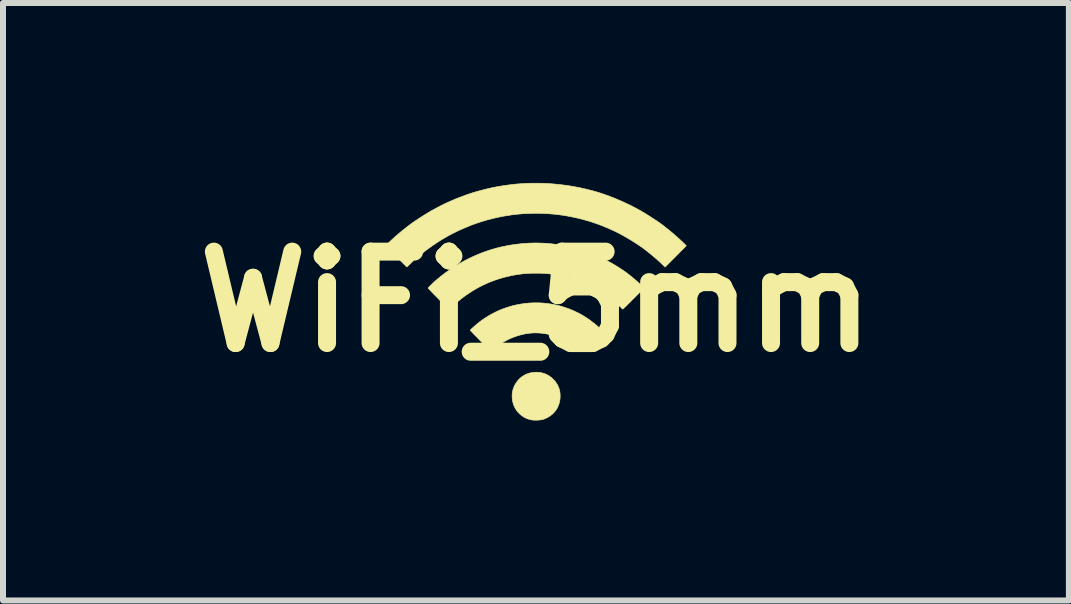
<source format=kicad_pcb>
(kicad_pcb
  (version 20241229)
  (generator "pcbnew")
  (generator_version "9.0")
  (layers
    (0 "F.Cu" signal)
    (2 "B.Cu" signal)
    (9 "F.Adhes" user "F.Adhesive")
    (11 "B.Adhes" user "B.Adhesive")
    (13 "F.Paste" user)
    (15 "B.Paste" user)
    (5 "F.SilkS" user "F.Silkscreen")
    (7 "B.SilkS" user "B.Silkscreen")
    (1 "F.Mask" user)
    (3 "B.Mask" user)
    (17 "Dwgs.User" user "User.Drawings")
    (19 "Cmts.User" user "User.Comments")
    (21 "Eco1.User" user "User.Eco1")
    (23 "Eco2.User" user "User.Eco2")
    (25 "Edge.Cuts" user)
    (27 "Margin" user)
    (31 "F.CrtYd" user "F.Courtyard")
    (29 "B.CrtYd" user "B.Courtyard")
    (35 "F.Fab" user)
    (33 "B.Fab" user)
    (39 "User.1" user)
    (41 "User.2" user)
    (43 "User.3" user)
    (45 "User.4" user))
  (footprint "WiFi_5mm"
    (layer "F.Cu")
    (at 5.886 1.98)
    (property "Reference" "WiFi_5mm" (at 0 0 0) (layer "F.SilkS") (effects (font (size 1.524 1.524) (thickness 0.3))))
    (attr through_hole)
    (fp_poly (pts (xy 0.02 1.177) (xy 0.04 1.178) (xy 0.048 1.178) (xy 0.07 1.181) (xy 0.091 1.185) (xy 0.112 1.19) (xy 0.132 1.196) (xy 0.152 1.203) (xy 0.172 1.211) (xy 0.191 1.221) (xy 0.209 1.231) (xy 0.227 1.243) (xy 0.242 1.254) (xy 0.25 1.259) (xy 0.257 1.265) (xy 0.264 1.271) (xy 0.271 1.278) (xy 0.278 1.285) (xy 0.284 1.291) (xy 0.3 1.307) (xy 0.315 1.323) (xy 0.328 1.34) (xy 0.34 1.358) (xy 0.352 1.375) (xy 0.362 1.393) (xy 0.371 1.412) (xy 0.378 1.431) (xy 0.385 1.45) (xy 0.389 1.462) (xy 0.394 1.482) (xy 0.398 1.501) (xy 0.401 1.522) (xy 0.402 1.542) (xy 0.403 1.563) (xy 0.403 1.584) (xy 0.402 1.606) (xy 0.4 1.627) (xy 0.397 1.649) (xy 0.395 1.657) (xy 0.391 1.678) (xy 0.385 1.699) (xy 0.378 1.719) (xy 0.37 1.739) (xy 0.362 1.758) (xy 0.352 1.777) (xy 0.341 1.795) (xy 0.329 1.813) (xy 0.316 1.829) (xy 0.313 1.833) (xy 0.306 1.841) (xy 0.299 1.849) (xy 0.291 1.857) (xy 0.284 1.865) (xy 0.28 1.868) (xy 0.277 1.871) (xy 0.274 1.874) (xy 0.271 1.876) (xy 0.269 1.878) (xy 0.267 1.88) (xy 0.265 1.882) (xy 0.263 1.883) (xy 0.26 1.886) (xy 0.257 1.888) (xy 0.256 1.889) (xy 0.24 1.901) (xy 0.222 1.913) (xy 0.204 1.924) (xy 0.185 1.935) (xy 0.165 1.944) (xy 0.144 1.953) (xy 0.129 1.958) (xy 0.12 1.962) (xy 0.109 1.964) (xy 0.097 1.967) (xy 0.084 1.969) (xy 0.07 1.971) (xy 0.055 1.973) (xy 0.039 1.974) (xy 0.024 1.975) (xy 0.019 1.975) (xy 0.013 1.975) (xy 0.006 1.975) (xy -0.001 1.975) (xy -0.008 1.975) (xy -0.016 1.975) (xy -0.022 1.975) (xy -0.028 1.975) (xy -0.033 1.975) (xy -0.035 1.975) (xy -0.048 1.974) (xy -0.061 1.972) (xy -0.073 1.971) (xy -0.085 1.968) (xy -0.087 1.968) (xy -0.106 1.963) (xy -0.124 1.958) (xy -0.142 1.952) (xy -0.158 1.945) (xy -0.174 1.938) (xy -0.19 1.93) (xy -0.205 1.921) (xy -0.22 1.911) (xy -0.235 1.9) (xy -0.25 1.889) (xy -0.262 1.879) (xy -0.274 1.869) (xy -0.284 1.858) (xy -0.294 1.848) (xy -0.304 1.837) (xy -0.313 1.825) (xy -0.318 1.819) (xy -0.331 1.801) (xy -0.342 1.784) (xy -0.352 1.765) (xy -0.361 1.746) (xy -0.37 1.726) (xy -0.377 1.706) (xy -0.383 1.686) (xy -0.388 1.665) (xy -0.392 1.644) (xy -0.395 1.623) (xy -0.397 1.601) (xy -0.398 1.58) (xy -0.397 1.558) (xy -0.396 1.536) (xy -0.396 1.534) (xy -0.393 1.512) (xy -0.389 1.491) (xy -0.384 1.47) (xy -0.378 1.449) (xy -0.37 1.429) (xy -0.362 1.409) (xy -0.353 1.39) (xy -0.342 1.372) (xy -0.331 1.354) (xy -0.33 1.352) (xy -0.317 1.334) (xy -0.303 1.316) (xy -0.289 1.3) (xy -0.273 1.284) (xy -0.258 1.27) (xy -0.241 1.256) (xy -0.224 1.244) (xy -0.207 1.233) (xy -0.188 1.222) (xy -0.17 1.213) (xy -0.15 1.205) (xy -0.13 1.197) (xy -0.109 1.191) (xy -0.101 1.189) (xy -0.082 1.185) (xy -0.062 1.181) (xy -0.041 1.179) (xy -0.021 1.177) (xy -0.000018 1.176) (xy 0.02 1.177)) (stroke (width 0.01) (type solid)) (fill yes) (layer "F.SilkS"))
    (fp_poly (pts (xy 0.032 0.019) (xy 0.065 0.02) (xy 0.097 0.022) (xy 0.13 0.024) (xy 0.145 0.026) (xy 0.186 0.03) (xy 0.228 0.036) (xy 0.269 0.042) (xy 0.31 0.05) (xy 0.351 0.059) (xy 0.392 0.069) (xy 0.432 0.08) (xy 0.472 0.093) (xy 0.512 0.106) (xy 0.551 0.12) (xy 0.59 0.135) (xy 0.628 0.152) (xy 0.665 0.169) (xy 0.702 0.187) (xy 0.739 0.206) (xy 0.774 0.226) (xy 0.802 0.243) (xy 0.83 0.261) (xy 0.858 0.279) (xy 0.886 0.298) (xy 0.914 0.319) (xy 0.941 0.34) (xy 0.969 0.361) (xy 0.997 0.384) (xy 1.025 0.408) (xy 1.035 0.416) (xy 1.041 0.422) (xy 1.047 0.427) (xy 1.052 0.432) (xy 1.057 0.436) (xy 1.061 0.44) (xy 1.065 0.444) (xy 1.07 0.448) (xy 1.074 0.452) (xy 1.076 0.455) (xy 1.081 0.459) (xy 1.084 0.463) (xy 1.087 0.466) (xy 1.089 0.468) (xy 1.091 0.47) (xy 1.091 0.472) (xy 1.092 0.473) (xy 1.092 0.473) (xy 1.091 0.475) (xy 1.089 0.478) (xy 1.086 0.482) (xy 1.083 0.487) (xy 1.078 0.492) (xy 1.073 0.498) (xy 1.067 0.506) (xy 1.059 0.513) (xy 1.051 0.522) (xy 1.043 0.532) (xy 1.033 0.542) (xy 1.022 0.553) (xy 1.011 0.565) (xy 0.999 0.578) (xy 0.985 0.591) (xy 0.971 0.606) (xy 0.956 0.621) (xy 0.941 0.637) (xy 0.936 0.642) (xy 0.928 0.65) (xy 0.92 0.658) (xy 0.911 0.667) (xy 0.903 0.675) (xy 0.894 0.684) (xy 0.885 0.693) (xy 0.876 0.702) (xy 0.867 0.711) (xy 0.858 0.72) (xy 0.85 0.729) (xy 0.841 0.738) (xy 0.832 0.746) (xy 0.824 0.755) (xy 0.816 0.763) (xy 0.808 0.771) (xy 0.8 0.779) (xy 0.793 0.786) (xy 0.786 0.793) (xy 0.779 0.8) (xy 0.773 0.806) (xy 0.768 0.811) (xy 0.763 0.816) (xy 0.758 0.821) (xy 0.754 0.824) (xy 0.751 0.828) (xy 0.749 0.83) (xy 0.747 0.832) (xy 0.746 0.833) (xy 0.746 0.833) (xy 0.746 0.832) (xy 0.744 0.831) (xy 0.742 0.83) (xy 0.74 0.827) (xy 0.736 0.824) (xy 0.733 0.821) (xy 0.729 0.818) (xy 0.725 0.815) (xy 0.716 0.806) (xy 0.707 0.799) (xy 0.699 0.792) (xy 0.692 0.785) (xy 0.686 0.779) (xy 0.68 0.774) (xy 0.674 0.769) (xy 0.669 0.765) (xy 0.664 0.761) (xy 0.66 0.757) (xy 0.655 0.754) (xy 0.651 0.75) (xy 0.647 0.747) (xy 0.643 0.744) (xy 0.639 0.741) (xy 0.636 0.739) (xy 0.632 0.736) (xy 0.627 0.732) (xy 0.623 0.729) (xy 0.618 0.725) (xy 0.613 0.721) (xy 0.611 0.72) (xy 0.602 0.713) (xy 0.594 0.707) (xy 0.587 0.702) (xy 0.58 0.697) (xy 0.573 0.692) (xy 0.566 0.687) (xy 0.559 0.683) (xy 0.552 0.678) (xy 0.548 0.675) (xy 0.522 0.66) (xy 0.496 0.646) (xy 0.469 0.632) (xy 0.441 0.619) (xy 0.412 0.606) (xy 0.383 0.595) (xy 0.353 0.584) (xy 0.322 0.574) (xy 0.291 0.564) (xy 0.26 0.556) (xy 0.228 0.548) (xy 0.196 0.541) (xy 0.164 0.535) (xy 0.131 0.53) (xy 0.114 0.528) (xy 0.098 0.526) (xy 0.083 0.524) (xy 0.069 0.523) (xy 0.055 0.522) (xy 0.04 0.521) (xy 0.025 0.521) (xy 0.01 0.52) (xy 0.005 0.52) (xy -0.02 0.52) (xy -0.044 0.521) (xy -0.068 0.522) (xy -0.092 0.524) (xy -0.116 0.526) (xy -0.14 0.53) (xy -0.159 0.532) (xy -0.185 0.537) (xy -0.212 0.543) (xy -0.238 0.549) (xy -0.265 0.556) (xy -0.291 0.563) (xy -0.318 0.572) (xy -0.345 0.581) (xy -0.372 0.591) (xy -0.4 0.602) (xy -0.429 0.614) (xy -0.437 0.618) (xy -0.443 0.621) (xy -0.449 0.623) (xy -0.454 0.626) (xy -0.46 0.628) (xy -0.465 0.631) (xy -0.471 0.634) (xy -0.477 0.637) (xy -0.484 0.641) (xy -0.492 0.645) (xy -0.5 0.65) (xy -0.502 0.651) (xy -0.51 0.655) (xy -0.518 0.659) (xy -0.524 0.663) (xy -0.531 0.667) (xy -0.537 0.67) (xy -0.543 0.674) (xy -0.548 0.677) (xy -0.554 0.681) (xy -0.561 0.685) (xy -0.568 0.689) (xy -0.575 0.694) (xy -0.583 0.699) (xy -0.59 0.704) (xy -0.596 0.708) (xy -0.6 0.711) (xy -0.605 0.714) (xy -0.609 0.717) (xy -0.613 0.719) (xy -0.616 0.722) (xy -0.619 0.724) (xy -0.622 0.726) (xy -0.626 0.729) (xy -0.629 0.732) (xy -0.633 0.734) (xy -0.636 0.737) (xy -0.64 0.741) (xy -0.645 0.745) (xy -0.65 0.749) (xy -0.655 0.754) (xy -0.662 0.759) (xy -0.669 0.765) (xy -0.676 0.772) (xy -0.677 0.773) (xy -0.687 0.781) (xy -0.696 0.789) (xy -0.704 0.796) (xy -0.712 0.802) (xy -0.718 0.808) (xy -0.724 0.813) (xy -0.729 0.817) (xy -0.733 0.82) (xy -0.737 0.823) (xy -0.74 0.826) (xy -0.743 0.828) (xy -0.744 0.829) (xy -0.746 0.83) (xy -0.746 0.83) (xy -0.747 0.83) (xy -0.747 0.83) (xy -0.748 0.829) (xy -0.75 0.827) (xy -0.753 0.824) (xy -0.757 0.821) (xy -0.76 0.817) (xy -0.765 0.813) (xy -0.77 0.808) (xy -0.775 0.803) (xy -0.78 0.798) (xy -0.786 0.792) (xy -0.788 0.79) (xy -0.795 0.783) (xy -0.802 0.777) (xy -0.808 0.77) (xy -0.815 0.763) (xy -0.822 0.757) (xy -0.828 0.75) (xy -0.834 0.744) (xy -0.84 0.739) (xy -0.845 0.734) (xy -0.849 0.73) (xy -0.852 0.727) (xy -0.855 0.724) (xy -0.859 0.72) (xy -0.864 0.715) (xy -0.869 0.71) (xy -0.875 0.704) (xy -0.881 0.698) (xy -0.888 0.691) (xy -0.895 0.684) (xy -0.902 0.677) (xy -0.909 0.669) (xy -0.917 0.662) (xy -0.924 0.654) (xy -0.931 0.648) (xy -0.947 0.631) (xy -0.963 0.615) (xy -0.977 0.6) (xy -0.991 0.586) (xy -1.004 0.573) (xy -1.016 0.561) (xy -1.028 0.549) (xy -1.038 0.538) (xy -1.048 0.528) (xy -1.056 0.519) (xy -1.064 0.511) (xy -1.071 0.503) (xy -1.078 0.496) (xy -1.083 0.49) (xy -1.087 0.485) (xy -1.091 0.481) (xy -1.093 0.479) (xy -1.094 0.478) (xy -1.095 0.476) (xy -1.095 0.475) (xy -1.095 0.474) (xy -1.094 0.473) (xy -1.092 0.471) (xy -1.09 0.468) (xy -1.089 0.468) (xy -1.085 0.463) (xy -1.079 0.457) (xy -1.072 0.451) (xy -1.065 0.444) (xy -1.057 0.437) (xy -1.049 0.43) (xy -1.04 0.422) (xy -1.031 0.414) (xy -1.022 0.406) (xy -1.012 0.397) (xy -1.003 0.389) (xy -0.993 0.381) (xy -0.983 0.373) (xy -0.974 0.365) (xy -0.964 0.357) (xy -0.955 0.35) (xy -0.955 0.349) (xy -0.95 0.345) (xy -0.944 0.341) (xy -0.938 0.336) (xy -0.931 0.331) (xy -0.924 0.326) (xy -0.917 0.32) (xy -0.91 0.315) (xy -0.904 0.311) (xy -0.898 0.306) (xy -0.897 0.305) (xy -0.861 0.281) (xy -0.825 0.258) (xy -0.789 0.235) (xy -0.752 0.214) (xy -0.714 0.194) (xy -0.676 0.174) (xy -0.638 0.156) (xy -0.599 0.139) (xy -0.559 0.123) (xy -0.519 0.108) (xy -0.479 0.095) (xy -0.438 0.082) (xy -0.397 0.07) (xy -0.355 0.06) (xy -0.314 0.051) (xy -0.271 0.043) (xy -0.229 0.036) (xy -0.186 0.03) (xy -0.161 0.027) (xy -0.145 0.026) (xy -0.131 0.024) (xy -0.116 0.023) (xy -0.102 0.022) (xy -0.088 0.021) (xy -0.073 0.021) (xy -0.057 0.02) (xy -0.041 0.019) (xy -0.031 0.019) (xy 0.000313 0.019) (xy 0.032 0.019)) (stroke (width 0.01) (type solid)) (fill yes) (layer "F.SilkS"))
    (fp_poly (pts (xy 0.04 -0.978) (xy 0.084 -0.977) (xy 0.129 -0.975) (xy 0.168 -0.973) (xy 0.218 -0.969) (xy 0.268 -0.964) (xy 0.318 -0.958) (xy 0.368 -0.951) (xy 0.419 -0.943) (xy 0.469 -0.935) (xy 0.52 -0.925) (xy 0.57 -0.914) (xy 0.619 -0.902) (xy 0.669 -0.89) (xy 0.718 -0.876) (xy 0.766 -0.862) (xy 0.783 -0.857) (xy 0.816 -0.846) (xy 0.849 -0.834) (xy 0.883 -0.822) (xy 0.918 -0.808) (xy 0.953 -0.794) (xy 0.988 -0.779) (xy 1.024 -0.763) (xy 1.059 -0.747) (xy 1.095 -0.73) (xy 1.13 -0.712) (xy 1.166 -0.694) (xy 1.201 -0.675) (xy 1.236 -0.656) (xy 1.271 -0.636) (xy 1.305 -0.616) (xy 1.339 -0.596) (xy 1.372 -0.575) (xy 1.405 -0.554) (xy 1.437 -0.533) (xy 1.468 -0.512) (xy 1.498 -0.491) (xy 1.527 -0.469) (xy 1.54 -0.459) (xy 1.553 -0.449) (xy 1.566 -0.438) (xy 1.58 -0.428) (xy 1.593 -0.416) (xy 1.607 -0.405) (xy 1.621 -0.393) (xy 1.635 -0.382) (xy 1.649 -0.37) (xy 1.663 -0.358) (xy 1.677 -0.346) (xy 1.69 -0.335) (xy 1.703 -0.323) (xy 1.715 -0.312) (xy 1.727 -0.301) (xy 1.738 -0.291) (xy 1.749 -0.281) (xy 1.759 -0.271) (xy 1.768 -0.262) (xy 1.775 -0.255) (xy 1.781 -0.249) (xy 1.786 -0.244) (xy 1.79 -0.239) (xy 1.793 -0.235) (xy 1.795 -0.232) (xy 1.797 -0.23) (xy 1.797 -0.228) (xy 1.797 -0.227) (xy 1.797 -0.226) (xy 1.795 -0.224) (xy 1.793 -0.221) (xy 1.79 -0.218) (xy 1.787 -0.214) (xy 1.783 -0.21) (xy 1.778 -0.205) (xy 1.775 -0.202) (xy 1.769 -0.195) (xy 1.761 -0.188) (xy 1.754 -0.18) (xy 1.745 -0.171) (xy 1.736 -0.162) (xy 1.726 -0.152) (xy 1.716 -0.141) (xy 1.706 -0.13) (xy 1.695 -0.119) (xy 1.683 -0.108) (xy 1.672 -0.096) (xy 1.66 -0.084) (xy 1.648 -0.072) (xy 1.636 -0.06) (xy 1.624 -0.048) (xy 1.611 -0.036) (xy 1.599 -0.024) (xy 1.587 -0.012) (xy 1.575 0.00021) (xy 1.564 0.012) (xy 1.552 0.023) (xy 1.541 0.034) (xy 1.531 0.044) (xy 1.521 0.054) (xy 1.511 0.064) (xy 1.502 0.073) (xy 1.493 0.081) (xy 1.486 0.089) (xy 1.478 0.096) (xy 1.472 0.102) (xy 1.471 0.103) (xy 1.467 0.107) (xy 1.463 0.11) (xy 1.459 0.114) (xy 1.456 0.117) (xy 1.453 0.119) (xy 1.451 0.121) (xy 1.449 0.123) (xy 1.448 0.123) (xy 1.448 0.123) (xy 1.447 0.123) (xy 1.446 0.123) (xy 1.445 0.122) (xy 1.443 0.121) (xy 1.441 0.119) (xy 1.439 0.117) (xy 1.436 0.115) (xy 1.433 0.112) (xy 1.428 0.108) (xy 1.426 0.106) (xy 1.42 0.1) (xy 1.414 0.093) (xy 1.406 0.086) (xy 1.398 0.079) (xy 1.389 0.071) (xy 1.38 0.063) (xy 1.371 0.054) (xy 1.361 0.046) (xy 1.352 0.037) (xy 1.342 0.029) (xy 1.332 0.021) (xy 1.323 0.013) (xy 1.314 0.005) (xy 1.306 -0.002) (xy 1.3 -0.007) (xy 1.262 -0.038) (xy 1.222 -0.068) (xy 1.182 -0.098) (xy 1.142 -0.126) (xy 1.101 -0.153) (xy 1.059 -0.179) (xy 1.017 -0.204) (xy 0.975 -0.228) (xy 0.932 -0.251) (xy 0.888 -0.273) (xy 0.844 -0.294) (xy 0.799 -0.313) (xy 0.753 -0.332) (xy 0.707 -0.35) (xy 0.66 -0.366) (xy 0.613 -0.382) (xy 0.565 -0.397) (xy 0.554 -0.4) (xy 0.524 -0.408) (xy 0.495 -0.416) (xy 0.466 -0.423) (xy 0.438 -0.43) (xy 0.41 -0.436) (xy 0.382 -0.441) (xy 0.354 -0.446) (xy 0.327 -0.451) (xy 0.299 -0.455) (xy 0.27 -0.459) (xy 0.266 -0.459) (xy 0.249 -0.461) (xy 0.232 -0.463) (xy 0.215 -0.465) (xy 0.198 -0.467) (xy 0.181 -0.468) (xy 0.164 -0.47) (xy 0.146 -0.471) (xy 0.128 -0.472) (xy 0.109 -0.473) (xy 0.089 -0.474) (xy 0.075 -0.475) (xy 0.07 -0.475) (xy 0.065 -0.475) (xy 0.059 -0.475) (xy 0.052 -0.475) (xy 0.044 -0.475) (xy 0.035 -0.475) (xy 0.026 -0.475) (xy 0.017 -0.475) (xy 0.007 -0.475) (xy -0.002 -0.475) (xy -0.012 -0.475) (xy -0.022 -0.475) (xy -0.031 -0.475) (xy -0.04 -0.475) (xy -0.049 -0.475) (xy -0.057 -0.475) (xy -0.064 -0.475) (xy -0.071 -0.475) (xy -0.076 -0.475) (xy -0.081 -0.475) (xy -0.081 -0.475) (xy -0.109 -0.473) (xy -0.136 -0.472) (xy -0.161 -0.47) (xy -0.187 -0.468) (xy -0.211 -0.466) (xy -0.235 -0.463) (xy -0.259 -0.46) (xy -0.283 -0.457) (xy -0.307 -0.454) (xy -0.331 -0.45) (xy -0.356 -0.445) (xy -0.381 -0.441) (xy -0.402 -0.437) (xy -0.45 -0.426) (xy -0.498 -0.415) (xy -0.545 -0.403) (xy -0.591 -0.389) (xy -0.637 -0.375) (xy -0.683 -0.36) (xy -0.728 -0.343) (xy -0.772 -0.326) (xy -0.816 -0.307) (xy -0.859 -0.287) (xy -0.902 -0.267) (xy -0.945 -0.245) (xy -0.987 -0.222) (xy -1.028 -0.198) (xy -1.069 -0.173) (xy -1.11 -0.146) (xy -1.151 -0.119) (xy -1.191 -0.091) (xy -1.231 -0.061) (xy -1.27 -0.03) (xy -1.309 0.002) (xy -1.31 0.002) (xy -1.319 0.01) (xy -1.328 0.017) (xy -1.337 0.025) (xy -1.346 0.033) (xy -1.356 0.041) (xy -1.365 0.049) (xy -1.374 0.058) (xy -1.383 0.066) (xy -1.392 0.073) (xy -1.4 0.081) (xy -1.407 0.088) (xy -1.414 0.094) (xy -1.42 0.1) (xy -1.426 0.105) (xy -1.431 0.11) (xy -1.435 0.114) (xy -1.439 0.117) (xy -1.442 0.119) (xy -1.444 0.121) (xy -1.447 0.122) (xy -1.449 0.123) (xy -1.45 0.122) (xy -1.451 0.122) (xy -1.453 0.121) (xy -1.456 0.118) (xy -1.459 0.116) (xy -1.463 0.112) (xy -1.467 0.108) (xy -1.473 0.103) (xy -1.479 0.097) (xy -1.485 0.091) (xy -1.492 0.084) (xy -1.5 0.077) (xy -1.508 0.069) (xy -1.516 0.061) (xy -1.525 0.052) (xy -1.535 0.043) (xy -1.544 0.033) (xy -1.554 0.024) (xy -1.564 0.013) (xy -1.575 0.003) (xy -1.585 -0.007) (xy -1.596 -0.018) (xy -1.607 -0.029) (xy -1.618 -0.04) (xy -1.629 -0.051) (xy -1.64 -0.062) (xy -1.651 -0.073) (xy -1.662 -0.084) (xy -1.672 -0.095) (xy -1.683 -0.105) (xy -1.693 -0.116) (xy -1.704 -0.126) (xy -1.714 -0.137) (xy -1.723 -0.147) (xy -1.733 -0.156) (xy -1.741 -0.165) (xy -1.749 -0.173) (xy -1.756 -0.181) (xy -1.763 -0.188) (xy -1.77 -0.195) (xy -1.775 -0.201) (xy -1.78 -0.206) (xy -1.785 -0.211) (xy -1.789 -0.216) (xy -1.792 -0.219) (xy -1.795 -0.222) (xy -1.796 -0.224) (xy -1.797 -0.226) (xy -1.797 -0.226) (xy -1.798 -0.227) (xy -1.797 -0.228) (xy -1.796 -0.23) (xy -1.796 -0.23) (xy -1.794 -0.233) (xy -1.791 -0.236) (xy -1.788 -0.24) (xy -1.783 -0.245) (xy -1.778 -0.251) (xy -1.772 -0.257) (xy -1.766 -0.263) (xy -1.759 -0.27) (xy -1.752 -0.277) (xy -1.744 -0.285) (xy -1.736 -0.292) (xy -1.727 -0.3) (xy -1.719 -0.309) (xy -1.71 -0.317) (xy -1.701 -0.325) (xy -1.692 -0.333) (xy -1.685 -0.34) (xy -1.674 -0.35) (xy -1.661 -0.361) (xy -1.648 -0.372) (xy -1.635 -0.383) (xy -1.62 -0.395) (xy -1.606 -0.407) (xy -1.591 -0.419) (xy -1.576 -0.431) (xy -1.56 -0.443) (xy -1.545 -0.454) (xy -1.531 -0.466) (xy -1.487 -0.498) (xy -1.442 -0.529) (xy -1.398 -0.559) (xy -1.353 -0.588) (xy -1.307 -0.616) (xy -1.261 -0.643) (xy -1.215 -0.669) (xy -1.167 -0.695) (xy -1.119 -0.719) (xy -1.071 -0.742) (xy -1.021 -0.765) (xy -0.996 -0.776) (xy -0.947 -0.796) (xy -0.898 -0.816) (xy -0.848 -0.834) (xy -0.798 -0.851) (xy -0.748 -0.867) (xy -0.698 -0.882) (xy -0.647 -0.896) (xy -0.596 -0.909) (xy -0.544 -0.92) (xy -0.492 -0.931) (xy -0.439 -0.941) (xy -0.386 -0.949) (xy -0.332 -0.957) (xy -0.314 -0.959) (xy -0.268 -0.964) (xy -0.223 -0.969) (xy -0.179 -0.972) (xy -0.135 -0.975) (xy -0.091 -0.977) (xy -0.047 -0.978) (xy -0.004 -0.979) (xy 0.04 -0.978)) (stroke (width 0.01) (type solid)) (fill yes) (layer "F.SilkS"))
    (fp_poly (pts (xy 0.061 -1.975) (xy 0.126 -1.973) (xy 0.15 -1.972) (xy 0.209 -1.969) (xy 0.268 -1.965) (xy 0.327 -1.96) (xy 0.385 -1.954) (xy 0.444 -1.947) (xy 0.502 -1.94) (xy 0.56 -1.931) (xy 0.618 -1.921) (xy 0.675 -1.911) (xy 0.733 -1.9) (xy 0.789 -1.887) (xy 0.846 -1.874) (xy 0.901 -1.86) (xy 0.956 -1.846) (xy 1.011 -1.83) (xy 1.065 -1.814) (xy 1.118 -1.796) (xy 1.17 -1.778) (xy 1.221 -1.76) (xy 1.266 -1.742) (xy 1.29 -1.733) (xy 1.315 -1.723) (xy 1.34 -1.712) (xy 1.364 -1.702) (xy 1.389 -1.691) (xy 1.414 -1.681) (xy 1.438 -1.67) (xy 1.461 -1.66) (xy 1.483 -1.65) (xy 1.494 -1.644) (xy 1.52 -1.632) (xy 1.546 -1.62) (xy 1.573 -1.607) (xy 1.6 -1.593) (xy 1.626 -1.58) (xy 1.652 -1.566) (xy 1.679 -1.552) (xy 1.704 -1.538) (xy 1.73 -1.524) (xy 1.754 -1.51) (xy 1.778 -1.496) (xy 1.801 -1.483) (xy 1.822 -1.47) (xy 1.837 -1.46) (xy 1.854 -1.45) (xy 1.871 -1.439) (xy 1.888 -1.428) (xy 1.906 -1.417) (xy 1.924 -1.405) (xy 1.942 -1.393) (xy 1.961 -1.381) (xy 1.978 -1.37) (xy 1.996 -1.358) (xy 2.013 -1.347) (xy 2.03 -1.335) (xy 2.046 -1.325) (xy 2.061 -1.314) (xy 2.069 -1.308) (xy 2.08 -1.301) (xy 2.09 -1.293) (xy 2.1 -1.286) (xy 2.109 -1.28) (xy 2.117 -1.273) (xy 2.122 -1.269) (xy 2.127 -1.265) (xy 2.132 -1.261) (xy 2.138 -1.256) (xy 2.144 -1.251) (xy 2.151 -1.246) (xy 2.159 -1.24) (xy 2.167 -1.233) (xy 2.177 -1.226) (xy 2.177 -1.226) (xy 2.182 -1.222) (xy 2.188 -1.217) (xy 2.193 -1.213) (xy 2.199 -1.209) (xy 2.204 -1.205) (xy 2.208 -1.201) (xy 2.212 -1.198) (xy 2.215 -1.196) (xy 2.229 -1.184) (xy 2.244 -1.172) (xy 2.259 -1.159) (xy 2.275 -1.146) (xy 2.291 -1.132) (xy 2.306 -1.119) (xy 2.322 -1.105) (xy 2.338 -1.091) (xy 2.353 -1.078) (xy 2.369 -1.064) (xy 2.383 -1.051) (xy 2.398 -1.038) (xy 2.411 -1.025) (xy 2.424 -1.013) (xy 2.436 -1.002) (xy 2.44 -0.998) (xy 2.447 -0.992) (xy 2.453 -0.986) (xy 2.459 -0.98) (xy 2.465 -0.974) (xy 2.471 -0.968) (xy 2.477 -0.963) (xy 2.482 -0.958) (xy 2.487 -0.953) (xy 2.492 -0.948) (xy 2.496 -0.944) (xy 2.499 -0.941) (xy 2.502 -0.938) (xy 2.504 -0.936) (xy 2.505 -0.935) (xy 2.506 -0.934) (xy 2.506 -0.934) (xy 2.506 -0.933) (xy 2.504 -0.932) (xy 2.502 -0.93) (xy 2.5 -0.927) (xy 2.496 -0.923) (xy 2.492 -0.919) (xy 2.488 -0.915) (xy 2.483 -0.909) (xy 2.477 -0.904) (xy 2.471 -0.897) (xy 2.465 -0.891) (xy 2.458 -0.884) (xy 2.451 -0.877) (xy 2.443 -0.869) (xy 2.436 -0.862) (xy 2.435 -0.861) (xy 2.429 -0.855) (xy 2.422 -0.848) (xy 2.414 -0.84) (xy 2.406 -0.832) (xy 2.398 -0.824) (xy 2.39 -0.815) (xy 2.381 -0.806) (xy 2.371 -0.797) (xy 2.362 -0.788) (xy 2.352 -0.778) (xy 2.343 -0.768) (xy 2.333 -0.758) (xy 2.323 -0.748) (xy 2.313 -0.738) (xy 2.303 -0.728) (xy 2.293 -0.718) (xy 2.283 -0.708) (xy 2.273 -0.698) (xy 2.264 -0.689) (xy 2.254 -0.679) (xy 2.245 -0.67) (xy 2.236 -0.661) (xy 2.227 -0.652) (xy 2.218 -0.643) (xy 2.21 -0.635) (xy 2.203 -0.627) (xy 2.195 -0.62) (xy 2.188 -0.613) (xy 2.182 -0.607) (xy 2.176 -0.601) (xy 2.171 -0.596) (xy 2.166 -0.591) (xy 2.162 -0.587) (xy 2.159 -0.584) (xy 2.156 -0.581) (xy 2.155 -0.579) (xy 2.153 -0.578) (xy 2.153 -0.578) (xy 2.153 -0.578) (xy 2.151 -0.579) (xy 2.15 -0.581) (xy 2.147 -0.584) (xy 2.144 -0.587) (xy 2.14 -0.59) (xy 2.137 -0.594) (xy 2.132 -0.598) (xy 2.132 -0.598) (xy 2.113 -0.616) (xy 2.095 -0.633) (xy 2.077 -0.65) (xy 2.06 -0.666) (xy 2.043 -0.681) (xy 2.027 -0.696) (xy 2.011 -0.71) (xy 1.996 -0.724) (xy 1.981 -0.737) (xy 1.965 -0.75) (xy 1.95 -0.763) (xy 1.935 -0.775) (xy 1.92 -0.788) (xy 1.919 -0.788) (xy 1.904 -0.8) (xy 1.89 -0.812) (xy 1.876 -0.822) (xy 1.864 -0.832) (xy 1.852 -0.842) (xy 1.842 -0.85) (xy 1.832 -0.858) (xy 1.822 -0.865) (xy 1.814 -0.872) (xy 1.806 -0.878) (xy 1.799 -0.883) (xy 1.793 -0.888) (xy 1.788 -0.891) (xy 1.762 -0.91) (xy 1.734 -0.929) (xy 1.706 -0.948) (xy 1.677 -0.967) (xy 1.648 -0.986) (xy 1.618 -1.005) (xy 1.588 -1.024) (xy 1.557 -1.042) (xy 1.527 -1.06) (xy 1.497 -1.078) (xy 1.466 -1.095) (xy 1.436 -1.112) (xy 1.407 -1.128) (xy 1.378 -1.143) (xy 1.349 -1.158) (xy 1.322 -1.171) (xy 1.268 -1.196) (xy 1.213 -1.221) (xy 1.158 -1.244) (xy 1.102 -1.267) (xy 1.046 -1.288) (xy 0.989 -1.308) (xy 0.933 -1.327) (xy 0.875 -1.345) (xy 0.817 -1.362) (xy 0.759 -1.378) (xy 0.701 -1.392) (xy 0.643 -1.405) (xy 0.584 -1.417) (xy 0.525 -1.428) (xy 0.523 -1.429) (xy 0.486 -1.435) (xy 0.449 -1.441) (xy 0.413 -1.446) (xy 0.377 -1.451) (xy 0.34 -1.455) (xy 0.304 -1.459) (xy 0.267 -1.462) (xy 0.23 -1.465) (xy 0.192 -1.468) (xy 0.154 -1.47) (xy 0.114 -1.472) (xy 0.092 -1.473) (xy 0.086 -1.473) (xy 0.08 -1.473) (xy 0.073 -1.473) (xy 0.065 -1.473) (xy 0.056 -1.473) (xy 0.046 -1.473) (xy 0.036 -1.474) (xy 0.026 -1.474) (xy 0.016 -1.474) (xy 0.006 -1.474) (xy -0.005 -1.474) (xy -0.015 -1.474) (xy -0.025 -1.474) (xy -0.034 -1.474) (xy -0.043 -1.474) (xy -0.051 -1.474) (xy -0.058 -1.473) (xy -0.065 -1.473) (xy -0.065 -1.473) (xy -0.124 -1.471) (xy -0.181 -1.469) (xy -0.239 -1.465) (xy -0.296 -1.46) (xy -0.352 -1.454) (xy -0.409 -1.447) (xy -0.465 -1.438) (xy -0.521 -1.429) (xy -0.577 -1.419) (xy -0.633 -1.407) (xy -0.645 -1.405) (xy -0.669 -1.399) (xy -0.693 -1.394) (xy -0.717 -1.388) (xy -0.74 -1.382) (xy -0.763 -1.376) (xy -0.787 -1.37) (xy -0.811 -1.364) (xy -0.835 -1.357) (xy -0.86 -1.349) (xy -0.885 -1.342) (xy -0.911 -1.334) (xy -0.938 -1.325) (xy -0.965 -1.316) (xy -0.971 -1.314) (xy -0.989 -1.309) (xy -1.005 -1.303) (xy -1.019 -1.298) (xy -1.033 -1.293) (xy -1.046 -1.289) (xy -1.058 -1.285) (xy -1.069 -1.28) (xy -1.079 -1.277) (xy -1.088 -1.273) (xy -1.096 -1.269) (xy -1.101 -1.267) (xy -1.107 -1.265) (xy -1.114 -1.262) (xy -1.121 -1.258) (xy -1.13 -1.255) (xy -1.139 -1.251) (xy -1.149 -1.247) (xy -1.16 -1.242) (xy -1.165 -1.24) (xy -1.177 -1.236) (xy -1.187 -1.231) (xy -1.197 -1.227) (xy -1.206 -1.223) (xy -1.215 -1.219) (xy -1.224 -1.215) (xy -1.232 -1.212) (xy -1.284 -1.189) (xy -1.335 -1.164) (xy -1.386 -1.139) (xy -1.436 -1.113) (xy -1.486 -1.085) (xy -1.536 -1.056) (xy -1.585 -1.027) (xy -1.634 -0.996) (xy -1.682 -0.964) (xy -1.731 -0.931) (xy -1.778 -0.897) (xy -1.826 -0.862) (xy -1.859 -0.836) (xy -1.874 -0.824) (xy -1.889 -0.812) (xy -1.905 -0.8) (xy -1.92 -0.788) (xy -1.935 -0.775) (xy -1.951 -0.762) (xy -1.968 -0.748) (xy -1.985 -0.733) (xy -2.003 -0.718) (xy -2.007 -0.715) (xy -2.014 -0.708) (xy -2.021 -0.703) (xy -2.027 -0.698) (xy -2.032 -0.693) (xy -2.037 -0.689) (xy -2.041 -0.685) (xy -2.045 -0.681) (xy -2.049 -0.678) (xy -2.052 -0.675) (xy -2.056 -0.671) (xy -2.06 -0.668) (xy -2.063 -0.664) (xy -2.067 -0.66) (xy -2.072 -0.656) (xy -2.072 -0.655) (xy -2.082 -0.646) (xy -2.091 -0.637) (xy -2.1 -0.629) (xy -2.108 -0.621) (xy -2.116 -0.614) (xy -2.123 -0.607) (xy -2.129 -0.601) (xy -2.135 -0.596) (xy -2.139 -0.591) (xy -2.144 -0.587) (xy -2.147 -0.584) (xy -2.15 -0.581) (xy -2.152 -0.58) (xy -2.153 -0.579) (xy -2.153 -0.579) (xy -2.153 -0.579) (xy -2.155 -0.58) (xy -2.157 -0.582) (xy -2.16 -0.585) (xy -2.163 -0.588) (xy -2.167 -0.593) (xy -2.172 -0.597) (xy -2.178 -0.603) (xy -2.184 -0.609) (xy -2.19 -0.615) (xy -2.197 -0.622) (xy -2.205 -0.63) (xy -2.213 -0.638) (xy -2.221 -0.646) (xy -2.23 -0.655) (xy -2.239 -0.664) (xy -2.248 -0.673) (xy -2.258 -0.683) (xy -2.268 -0.693) (xy -2.278 -0.703) (xy -2.288 -0.713) (xy -2.298 -0.723) (xy -2.319 -0.744) (xy -2.329 -0.754) (xy -2.34 -0.765) (xy -2.35 -0.775) (xy -2.36 -0.785) (xy -2.371 -0.796) (xy -2.381 -0.806) (xy -2.39 -0.815) (xy -2.4 -0.825) (xy -2.409 -0.834) (xy -2.418 -0.844) (xy -2.427 -0.852) (xy -2.436 -0.861) (xy -2.444 -0.869) (xy -2.451 -0.876) (xy -2.458 -0.883) (xy -2.465 -0.89) (xy -2.471 -0.896) (xy -2.476 -0.902) (xy -2.481 -0.906) (xy -2.485 -0.911) (xy -2.489 -0.914) (xy -2.492 -0.917) (xy -2.494 -0.919) (xy -2.495 -0.92) (xy -2.506 -0.932) (xy -2.503 -0.935) (xy -2.502 -0.936) (xy -2.501 -0.938) (xy -2.498 -0.94) (xy -2.495 -0.944) (xy -2.491 -0.947) (xy -2.487 -0.951) (xy -2.483 -0.956) (xy -2.478 -0.961) (xy -2.473 -0.966) (xy -2.467 -0.971) (xy -2.462 -0.977) (xy -2.457 -0.982) (xy -2.451 -0.987) (xy -2.446 -0.992) (xy -2.441 -0.997) (xy -2.436 -1.002) (xy -2.432 -1.006) (xy -2.428 -1.01) (xy -2.424 -1.013) (xy -2.423 -1.015) (xy -2.395 -1.04) (xy -2.367 -1.066) (xy -2.338 -1.092) (xy -2.307 -1.119) (xy -2.276 -1.145) (xy -2.244 -1.172) (xy -2.21 -1.199) (xy -2.175 -1.227) (xy -2.14 -1.255) (xy -2.114 -1.274) (xy -2.105 -1.281) (xy -2.096 -1.288) (xy -2.087 -1.295) (xy -2.078 -1.301) (xy -2.069 -1.308) (xy -2.059 -1.315) (xy -2.049 -1.322) (xy -2.038 -1.329) (xy -2.027 -1.337) (xy -2.015 -1.345) (xy -2.002 -1.354) (xy -1.988 -1.363) (xy -1.987 -1.363) (xy -1.964 -1.379) (xy -1.94 -1.395) (xy -1.917 -1.41) (xy -1.894 -1.424) (xy -1.871 -1.439) (xy -1.849 -1.453) (xy -1.827 -1.466) (xy -1.806 -1.479) (xy -1.786 -1.491) (xy -1.766 -1.503) (xy -1.747 -1.514) (xy -1.733 -1.522) (xy -1.677 -1.552) (xy -1.621 -1.582) (xy -1.564 -1.611) (xy -1.507 -1.639) (xy -1.449 -1.665) (xy -1.391 -1.691) (xy -1.332 -1.716) (xy -1.273 -1.739) (xy -1.214 -1.761) (xy -1.155 -1.783) (xy -1.095 -1.803) (xy -1.035 -1.822) (xy -1.029 -1.824) (xy -0.966 -1.842) (xy -0.903 -1.859) (xy -0.841 -1.875) (xy -0.777 -1.89) (xy -0.714 -1.904) (xy -0.651 -1.916) (xy -0.587 -1.927) (xy -0.523 -1.937) (xy -0.459 -1.946) (xy -0.394 -1.954) (xy -0.33 -1.961) (xy -0.265 -1.966) (xy -0.2 -1.97) (xy -0.135 -1.973) (xy -0.07 -1.975) (xy -0.005 -1.975) (xy 0.061 -1.975)) (stroke (width 0.01) (type solid)) (fill yes) (layer "F.SilkS")))
  (gr_rect
    (start -3 -3)
    (end 14.771 6.961)
    (stroke (width 0.1) (type default))
    (fill no)
    (layer "Edge.Cuts")))
</source>
